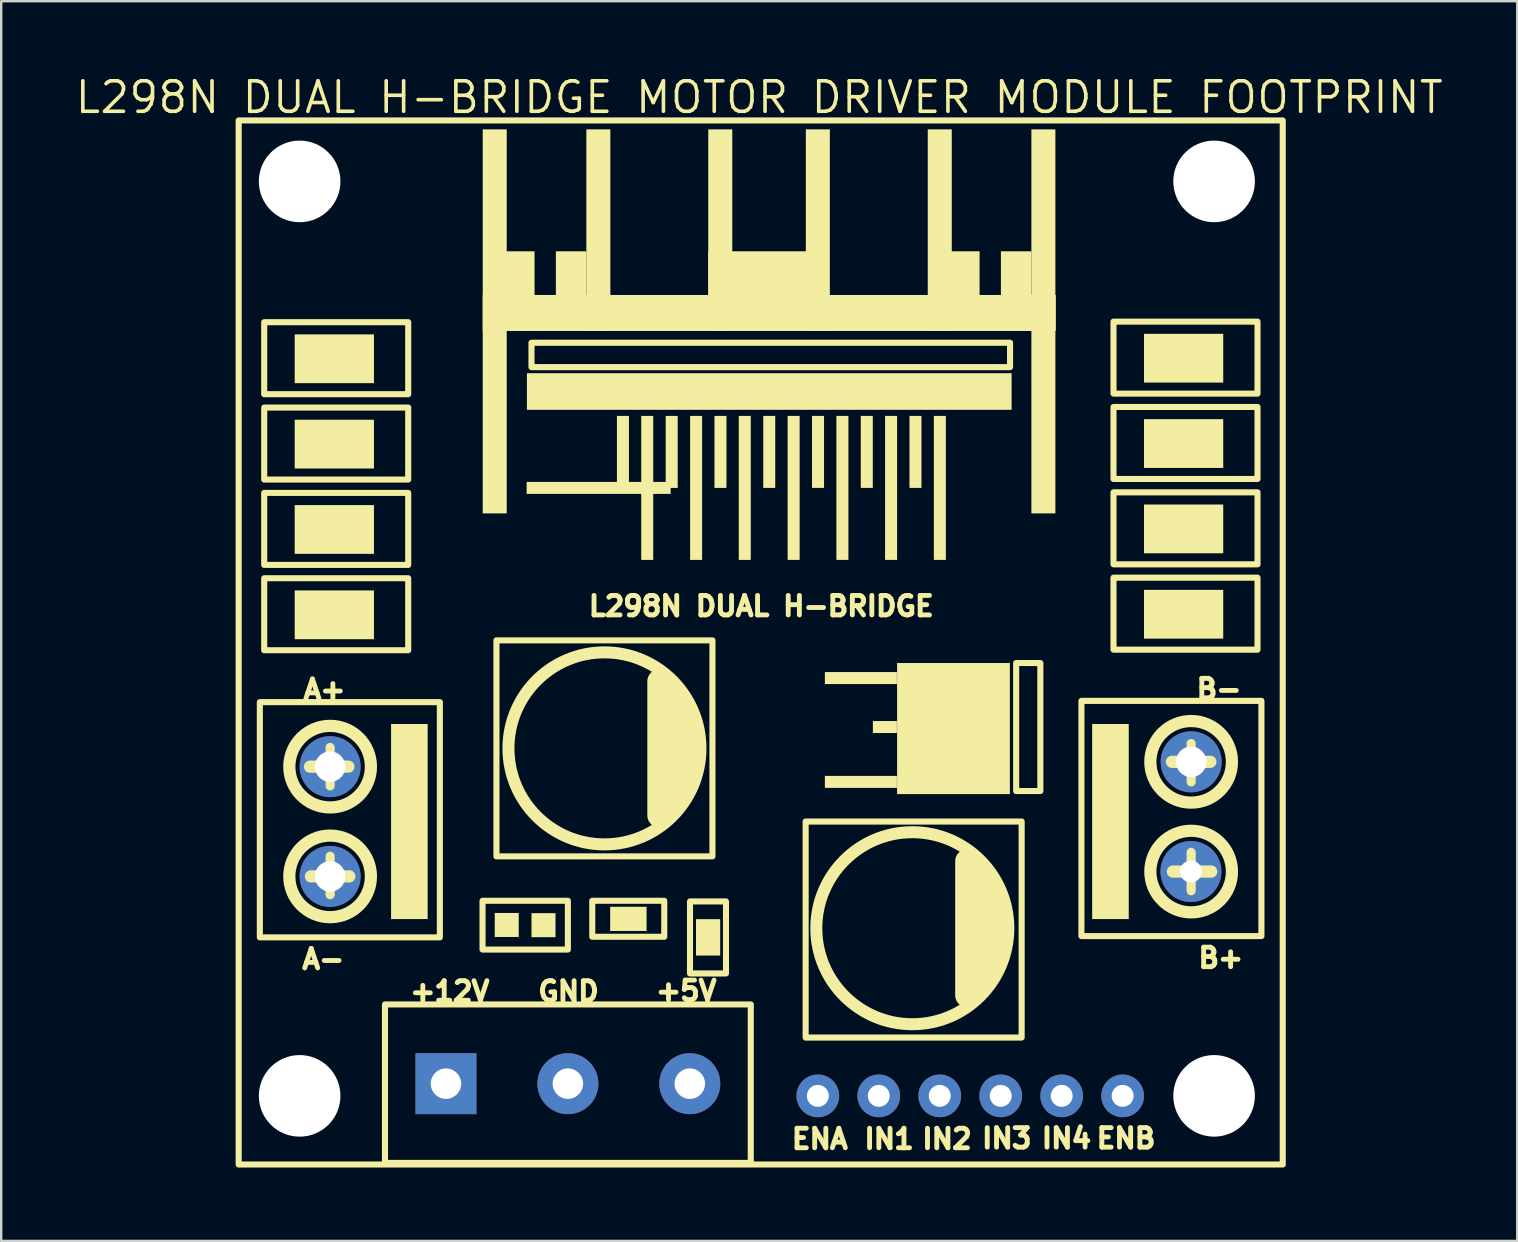
<source format=kicad_pcb>
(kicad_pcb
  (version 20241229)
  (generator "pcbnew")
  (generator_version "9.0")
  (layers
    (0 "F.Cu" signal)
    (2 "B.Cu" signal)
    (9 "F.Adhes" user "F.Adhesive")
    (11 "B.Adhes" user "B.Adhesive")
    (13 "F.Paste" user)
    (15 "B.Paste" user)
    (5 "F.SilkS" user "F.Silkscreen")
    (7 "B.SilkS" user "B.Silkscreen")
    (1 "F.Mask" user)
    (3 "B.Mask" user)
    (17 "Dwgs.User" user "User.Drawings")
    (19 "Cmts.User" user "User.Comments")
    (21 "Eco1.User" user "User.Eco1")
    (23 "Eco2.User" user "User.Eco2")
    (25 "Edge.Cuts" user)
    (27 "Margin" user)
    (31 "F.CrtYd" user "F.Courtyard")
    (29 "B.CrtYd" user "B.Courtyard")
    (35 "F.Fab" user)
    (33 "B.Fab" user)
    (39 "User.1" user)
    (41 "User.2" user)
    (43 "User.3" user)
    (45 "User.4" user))
  (footprint "L298N DUAL H-BRIDGE MOTOR DRIVER MODULE FOOTPRINT"
    (layer "F.Cu")
    (at 6.894 45.402)
    (property "Reference" "L298N DUAL H-BRIDGE MOTOR DRIVER MODULE FOOTPRINT" (at 21.689 -44.396 0) (layer "F.SilkS") (effects (font (size 1.27 1.27) (thickness 0.15))))
    (fp_line (start 3.81 -15.71) (end 3.81 -17.31) (stroke (width 0.381) (type default)) (layer "F.SilkS"))
    (fp_line (start 3.81 -11.176) (end 3.81 -12.776) (stroke (width 0.381) (type default)) (layer "F.SilkS"))
    (fp_line (start 4.572 -16.51) (end 2.972 -16.51) (stroke (width 0.508) (type default)) (layer "F.SilkS"))
    (fp_line (start 4.61 -11.938) (end 3.01 -11.938) (stroke (width 0.508) (type default)) (layer "F.SilkS"))
    (fp_line (start 17.526 -20.066) (end 17.526 -14.478) (stroke (width 1) (type default)) (layer "F.SilkS"))
    (fp_line (start 18.034 -19.304) (end 18.034 -14.986) (stroke (width 1) (type default)) (layer "F.SilkS"))
    (fp_line (start 18.542 -18.796) (end 18.542 -15.875) (stroke (width 1) (type default)) (layer "F.SilkS"))
    (fp_line (start 30.353 -12.573) (end 30.353 -6.985) (stroke (width 1) (type default)) (layer "F.SilkS"))
    (fp_line (start 30.861 -11.811) (end 30.861 -7.493) (stroke (width 1) (type default)) (layer "F.SilkS"))
    (fp_line (start 31.369 -11.303) (end 31.369 -8.382) (stroke (width 1) (type default)) (layer "F.SilkS"))
    (fp_line (start 38.884 -16.711) (end 40.484 -16.711) (stroke (width 0.508) (type default)) (layer "F.SilkS"))
    (fp_line (start 38.922 -12.139) (end 40.522 -12.139) (stroke (width 0.508) (type default)) (layer "F.SilkS"))
    (fp_line (start 39.684 -17.473) (end 39.684 -15.873) (stroke (width 0.381) (type default)) (layer "F.SilkS"))
    (fp_line (start 39.684 -12.939) (end 39.684 -11.339) (stroke (width 0.381) (type default)) (layer "F.SilkS"))
    (fp_rect (start 0 -43.434) (end 43.5 0.066) (stroke (width 0.254) (type default)) (fill no) (layer "F.SilkS"))
    (fp_rect (start 0.882 -19.198) (end 8.382 -9.398) (stroke (width 0.254) (type default)) (fill no) (layer "F.SilkS"))
    (fp_rect (start 1.064 -35.028) (end 7.064 -32.028) (stroke (width 0.254) (type default)) (fill no) (layer "F.SilkS"))
    (fp_rect (start 1.064 -31.472) (end 7.064 -28.472) (stroke (width 0.254) (type default)) (fill no) (layer "F.SilkS"))
    (fp_rect (start 1.064 -27.916) (end 7.064 -24.916) (stroke (width 0.254) (type default)) (fill no) (layer "F.SilkS"))
    (fp_rect (start 1.064 -24.36) (end 7.064 -21.36) (stroke (width 0.254) (type default)) (fill no) (layer "F.SilkS"))
    (fp_rect (start 2.334 -34.52) (end 5.636 -32.488) (stroke (width 0) (type default)) (fill yes) (layer "F.SilkS"))
    (fp_rect (start 2.334 -30.964) (end 5.636 -28.932) (stroke (width 0) (type default)) (fill yes) (layer "F.SilkS"))
    (fp_rect (start 2.334 -27.408) (end 5.636 -25.376) (stroke (width 0) (type default)) (fill yes) (layer "F.SilkS"))
    (fp_rect (start 2.334 -23.852) (end 5.636 -21.82) (stroke (width 0) (type default)) (fill yes) (layer "F.SilkS"))
    (fp_rect (start 6.096 -6.604) (end 21.336 0) (stroke (width 0.254) (type default)) (fill no) (layer "F.SilkS"))
    (fp_rect (start 6.35 -18.288) (end 7.874 -10.16) (stroke (width 0) (type default)) (fill yes) (layer "F.SilkS"))
    (fp_rect (start 10.16 -10.922) (end 13.716 -8.89) (stroke (width 0.254) (type default)) (fill no) (layer "F.SilkS"))
    (fp_rect (start 10.168 -43.062) (end 11.168 -27.062) (stroke (width 0) (type default)) (fill yes) (layer "F.SilkS"))
    (fp_rect (start 10.168 -36.162) (end 34.044 -34.662) (stroke (width 0) (type default)) (fill yes) (layer "F.SilkS"))
    (fp_rect (start 10.668 -10.414) (end 11.668 -9.414) (stroke (width 0) (type default)) (fill yes) (layer "F.SilkS"))
    (fp_rect (start 10.74 -21.772) (end 19.74 -12.772) (stroke (width 0.254) (type default)) (fill no) (layer "F.SilkS"))
    (fp_rect (start 11.057 -37.982) (end 12.327 -35.442) (stroke (width 0) (type default)) (fill yes) (layer "F.SilkS"))
    (fp_rect (start 11.998 -28.374) (end 17.998 -27.874) (stroke (width 0) (type default)) (fill yes) (layer "F.SilkS"))
    (fp_rect (start 12.01 -32.902) (end 32.203 -31.378) (stroke (width 0) (type default)) (fill yes) (layer "F.SilkS"))
    (fp_rect (start 12.2 -34.172) (end 32.139 -33.156) (stroke (width 0.254) (type default)) (fill no) (layer "F.SilkS"))
    (fp_rect (start 12.2 -10.406) (end 13.2 -9.406) (stroke (width 0) (type default)) (fill yes) (layer "F.SilkS"))
    (fp_rect (start 13.216 -37.982) (end 14.486 -35.442) (stroke (width 0) (type default)) (fill yes) (layer "F.SilkS"))
    (fp_rect (start 14.486 -43.062) (end 15.486 -34.662) (stroke (width 0) (type default)) (fill yes) (layer "F.SilkS"))
    (fp_rect (start 14.732 -10.922) (end 17.732 -9.422) (stroke (width 0.254) (type default)) (fill no) (layer "F.SilkS"))
    (fp_rect (start 15.478 -10.672) (end 16.994 -9.664) (stroke (width 0) (type default)) (fill yes) (layer "F.SilkS"))
    (fp_rect (start 15.76 -31.124) (end 16.26 -28.124) (stroke (width 0) (type default)) (fill yes) (layer "F.SilkS"))
    (fp_rect (start 16.772 -31.124) (end 17.272 -25.124) (stroke (width 0) (type default)) (fill yes) (layer "F.SilkS"))
    (fp_rect (start 17.792 -31.124) (end 18.292 -28.124) (stroke (width 0) (type default)) (fill yes) (layer "F.SilkS"))
    (fp_rect (start 18.804 -10.894) (end 20.304 -7.894) (stroke (width 0.254) (type default)) (fill no) (layer "F.SilkS"))
    (fp_rect (start 18.808 -31.124) (end 19.308 -25.124) (stroke (width 0) (type default)) (fill yes) (layer "F.SilkS"))
    (fp_rect (start 19.054 -10.156) (end 20.062 -8.64) (stroke (width 0) (type default)) (fill yes) (layer "F.SilkS"))
    (fp_rect (start 19.566 -43.062) (end 20.566 -34.662) (stroke (width 0) (type default)) (fill yes) (layer "F.SilkS"))
    (fp_rect (start 19.566 -37.982) (end 24.138 -35.442) (stroke (width 0) (type default)) (fill yes) (layer "F.SilkS"))
    (fp_rect (start 19.824 -31.124) (end 20.324 -28.124) (stroke (width 0) (type default)) (fill yes) (layer "F.SilkS"))
    (fp_rect (start 20.836 -31.124) (end 21.336 -25.124) (stroke (width 0) (type default)) (fill yes) (layer "F.SilkS"))
    (fp_rect (start 21.856 -31.124) (end 22.356 -28.124) (stroke (width 0) (type default)) (fill yes) (layer "F.SilkS"))
    (fp_rect (start 22.872 -31.124) (end 23.372 -25.124) (stroke (width 0) (type default)) (fill yes) (layer "F.SilkS"))
    (fp_rect (start 23.622 -14.224) (end 32.622 -5.224) (stroke (width 0.254) (type default)) (fill no) (layer "F.SilkS"))
    (fp_rect (start 23.63 -43.062) (end 24.63 -34.662) (stroke (width 0) (type default)) (fill yes) (layer "F.SilkS"))
    (fp_rect (start 23.888 -31.124) (end 24.388 -28.124) (stroke (width 0) (type default)) (fill yes) (layer "F.SilkS"))
    (fp_rect (start 24.424 -20.451) (end 27.424 -19.951) (stroke (width 0) (type default)) (fill yes) (layer "F.SilkS"))
    (fp_rect (start 24.424 -16.125) (end 27.424 -15.625) (stroke (width 0) (type default)) (fill yes) (layer "F.SilkS"))
    (fp_rect (start 24.904 -31.124) (end 25.404 -25.124) (stroke (width 0) (type default)) (fill yes) (layer "F.SilkS"))
    (fp_rect (start 25.92 -31.124) (end 26.42 -28.124) (stroke (width 0) (type default)) (fill yes) (layer "F.SilkS"))
    (fp_rect (start 26.424 -18.411) (end 27.424 -17.911) (stroke (width 0) (type default)) (fill yes) (layer "F.SilkS"))
    (fp_rect (start 26.932 -31.124) (end 27.432 -25.124) (stroke (width 0) (type default)) (fill yes) (layer "F.SilkS"))
    (fp_rect (start 27.432 -20.828) (end 32.131 -15.367) (stroke (width 0) (type default)) (fill yes) (layer "F.SilkS"))
    (fp_rect (start 27.948 -31.124) (end 28.448 -28.124) (stroke (width 0) (type default)) (fill yes) (layer "F.SilkS"))
    (fp_rect (start 28.71 -43.062) (end 29.71 -34.662) (stroke (width 0) (type default)) (fill yes) (layer "F.SilkS"))
    (fp_rect (start 28.964 -31.124) (end 29.464 -25.124) (stroke (width 0) (type default)) (fill yes) (layer "F.SilkS"))
    (fp_rect (start 29.599 -37.982) (end 30.869 -35.442) (stroke (width 0) (type default)) (fill yes) (layer "F.SilkS"))
    (fp_rect (start 31.758 -37.982) (end 33.028 -35.442) (stroke (width 0) (type default)) (fill yes) (layer "F.SilkS"))
    (fp_rect (start 32.393 -20.828) (end 33.401 -15.494) (stroke (width 0.254) (type default)) (fill no) (layer "F.SilkS"))
    (fp_rect (start 33.028 -43.062) (end 34.028 -27.062) (stroke (width 0) (type default)) (fill yes) (layer "F.SilkS"))
    (fp_rect (start 35.112 -19.251) (end 42.612 -9.451) (stroke (width 0.254) (type default)) (fill no) (layer "F.SilkS"))
    (fp_rect (start 35.56 -18.288) (end 37.084 -10.16) (stroke (width 0) (type default)) (fill yes) (layer "F.SilkS"))
    (fp_rect (start 36.449 -35.052) (end 42.449 -32.052) (stroke (width 0.254) (type default)) (fill no) (layer "F.SilkS"))
    (fp_rect (start 36.449 -31.496) (end 42.449 -28.496) (stroke (width 0.254) (type default)) (fill no) (layer "F.SilkS"))
    (fp_rect (start 36.449 -27.94) (end 42.449 -24.94) (stroke (width 0.254) (type default)) (fill no) (layer "F.SilkS"))
    (fp_rect (start 36.449 -24.384) (end 42.449 -21.384) (stroke (width 0.254) (type default)) (fill no) (layer "F.SilkS"))
    (fp_rect (start 37.719 -34.544) (end 41.021 -32.512) (stroke (width 0) (type default)) (fill yes) (layer "F.SilkS"))
    (fp_rect (start 37.719 -30.988) (end 41.021 -28.956) (stroke (width 0) (type default)) (fill yes) (layer "F.SilkS"))
    (fp_rect (start 37.719 -27.432) (end 41.021 -25.4) (stroke (width 0) (type default)) (fill yes) (layer "F.SilkS"))
    (fp_rect (start 37.719 -23.876) (end 41.021 -21.844) (stroke (width 0) (type default)) (fill yes) (layer "F.SilkS"))
    (fp_arc (start 11.24 -17.272) (mid 15.24 -21.272) (end 19.24 -17.272) (stroke (width 0.254) (type default)) (layer "F.SilkS"))
    (fp_arc (start 19.24 -17.272) (mid 15.24 -13.272) (end 11.24 -17.272) (stroke (width 0.254) (type default)) (layer "F.SilkS"))
    (fp_arc (start 37.9839 -16.7109) (mid 39.6839 -18.4109) (end 41.384 -16.7109) (stroke (width 0.254) (type default)) (layer "F.SilkS"))
    (fp_arc (start 41.384 -16.7109) (mid 39.6839 -15.0108) (end 37.9839 -16.7109) (stroke (width 0.254) (type default)) (layer "F.SilkS"))
    (fp_circle (center 3.81 -16.51) (end 5.51 -16.51) (stroke (width 0.508) (type default)) (fill no) (layer "F.SilkS"))
    (fp_circle (center 3.81 -11.938) (end 5.51 -11.938) (stroke (width 0.508) (type default)) (fill no) (layer "F.SilkS"))
    (fp_circle (center 15.24 -17.272) (end 19.24 -17.272) (stroke (width 0.5) (type default)) (fill no) (layer "F.SilkS"))
    (fp_circle (center 28.067 -9.779) (end 32.067 -9.779) (stroke (width 0.5) (type default)) (fill no) (layer "F.SilkS"))
    (fp_circle (center 39.684 -16.711) (end 41.384 -16.711) (stroke (width 0.508) (type default)) (fill no) (layer "F.SilkS"))
    (fp_circle (center 39.684 -12.139) (end 41.384 -12.139) (stroke (width 0.508) (type default)) (fill no) (layer "F.SilkS"))
    (fp_text user "IN2" (at 28.372 -1.473 0) (unlocked yes) (layer "F.SilkS") (effects (font (size 0.813 0.813) (thickness 0.203)) (justify left top)))
    (fp_text user "IN3" (at 30.861 -1.499 0) (unlocked yes) (layer "F.SilkS") (effects (font (size 0.813 0.813) (thickness 0.203)) (justify left top)))
    (fp_text user "GND" (at 12.37 -7.62 0) (unlocked yes) (layer "F.SilkS") (effects (font (size 0.813 0.813) (thickness 0.203)) (justify left top)))
    (fp_text user "A-" (at 2.54 -8.966 0) (unlocked yes) (layer "F.SilkS") (effects (font (size 0.813 0.813) (thickness 0.203)) (justify left top)))
    (fp_text user "IN1" (at 25.959 -1.473 0) (unlocked yes) (layer "F.SilkS") (effects (font (size 0.813 0.813) (thickness 0.203)) (justify left top)))
    (fp_text user "ENB" (at 35.636 -1.499 0) (unlocked yes) (layer "F.SilkS") (effects (font (size 0.813 0.813) (thickness 0.203)) (justify left top)))
    (fp_text user "B+" (at 39.878 -9.017 0) (unlocked yes) (layer "F.SilkS") (effects (font (size 0.813 0.813) (thickness 0.203)) (justify left top)))
    (fp_text user "+12V" (at 7.036 -7.62 0) (unlocked yes) (layer "F.SilkS") (effects (font (size 0.813 0.813) (thickness 0.203)) (justify left top)))
    (fp_text user "B-" (at 39.802 -20.218 0) (unlocked yes) (layer "F.SilkS") (effects (font (size 0.813 0.813) (thickness 0.203)) (justify left top)))
    (fp_text user "ENA" (at 22.936 -1.473 0) (unlocked yes) (layer "F.SilkS") (effects (font (size 0.813 0.813) (thickness 0.203)) (justify left top)))
    (fp_text user "A+" (at 2.591 -20.193 0) (unlocked yes) (layer "F.SilkS") (effects (font (size 0.813 0.813) (thickness 0.203)) (justify left top)))
    (fp_text user "IN4" (at 33.35 -1.499 0) (unlocked yes) (layer "F.SilkS") (effects (font (size 0.813 0.813) (thickness 0.203)) (justify left top)))
    (fp_text user "L298N DUAL H-BRIDGE" (at 14.478 -23.673 0) (unlocked yes) (layer "F.SilkS") (effects (font (size 0.813 0.813) (thickness 0.203)) (justify left top)))
    (fp_text user "+5V" (at 17.272 -7.645 0) (unlocked yes) (layer "F.SilkS") (effects (font (size 0.813 0.813) (thickness 0.203)) (justify left top)))
    (pad "" np_thru_hole circle (at 2.54 -40.894) (size 3.4 3.4) (drill 3.4) (layers "*.Cu" "*.Mask"))
    (pad "" np_thru_hole circle (at 2.54 -2.794) (size 3.4 3.4) (drill 3.4) (layers "*.Cu" "*.Mask"))
    (pad "" np_thru_hole circle (at 40.64 -40.894) (size 3.4 3.4) (drill 3.4) (layers "*.Cu" "*.Mask"))
    (pad "" np_thru_hole circle (at 40.64 -2.794) (size 3.4 3.4) (drill 3.4) (layers "*.Cu" "*.Mask"))
    (pad "1" thru_hole rect (at 8.636 -3.302) (size 2.54 2.54) (drill 1.27) (layers "*.Cu" "*.Mask"))
    (pad "2" thru_hole oval (at 13.716 -3.302) (size 2.54 2.54) (drill 1.27) (layers "*.Cu" "*.Mask"))
    (pad "3" thru_hole oval (at 18.796 -3.302) (size 2.54 2.54) (drill 1.27) (layers "*.Cu" "*.Mask"))
    (pad "4" thru_hole oval (at 24.13 -2.794) (size 1.778 1.778) (drill 0.914) (layers "*.Cu" "*.Mask"))
    (pad "5" thru_hole oval (at 26.67 -2.794) (size 1.778 1.778) (drill 0.914) (layers "*.Cu" "*.Mask"))
    (pad "6" thru_hole oval (at 29.21 -2.794) (size 1.778 1.778) (drill 0.914) (layers "*.Cu" "*.Mask"))
    (pad "7" thru_hole oval (at 31.75 -2.794) (size 1.778 1.778) (drill 0.914) (layers "*.Cu" "*.Mask"))
    (pad "8" thru_hole oval (at 34.29 -2.794) (size 1.778 1.778) (drill 0.914) (layers "*.Cu" "*.Mask"))
    (pad "9" thru_hole oval (at 36.83 -2.794) (size 1.778 1.778) (drill 0.914) (layers "*.Cu" "*.Mask"))
    (pad "OUT1" thru_hole oval (at 3.81 -16.51) (size 2.54 2.54) (drill 1.27) (layers "*.Cu" "*.Mask"))
    (pad "OUT2" thru_hole oval (at 3.81 -11.938) (size 2.54 2.54) (drill 1.27) (layers "*.Cu" "*.Mask"))
    (pad "OUT3" thru_hole oval (at 39.675 -12.141) (size 2.54 2.54) (drill 0.914) (layers "*.Cu" "*.Mask"))
    (pad "OUT4" thru_hole oval (at 39.684 -16.711) (size 2.54 2.54) (drill 1.27) (layers "*.Cu" "*.Mask")))
  (gr_rect
    (start -3 -3)
    (end 60.165 48.652)
    (stroke (width 0.1) (type default))
    (fill no)
    (layer "Edge.Cuts")))
</source>
